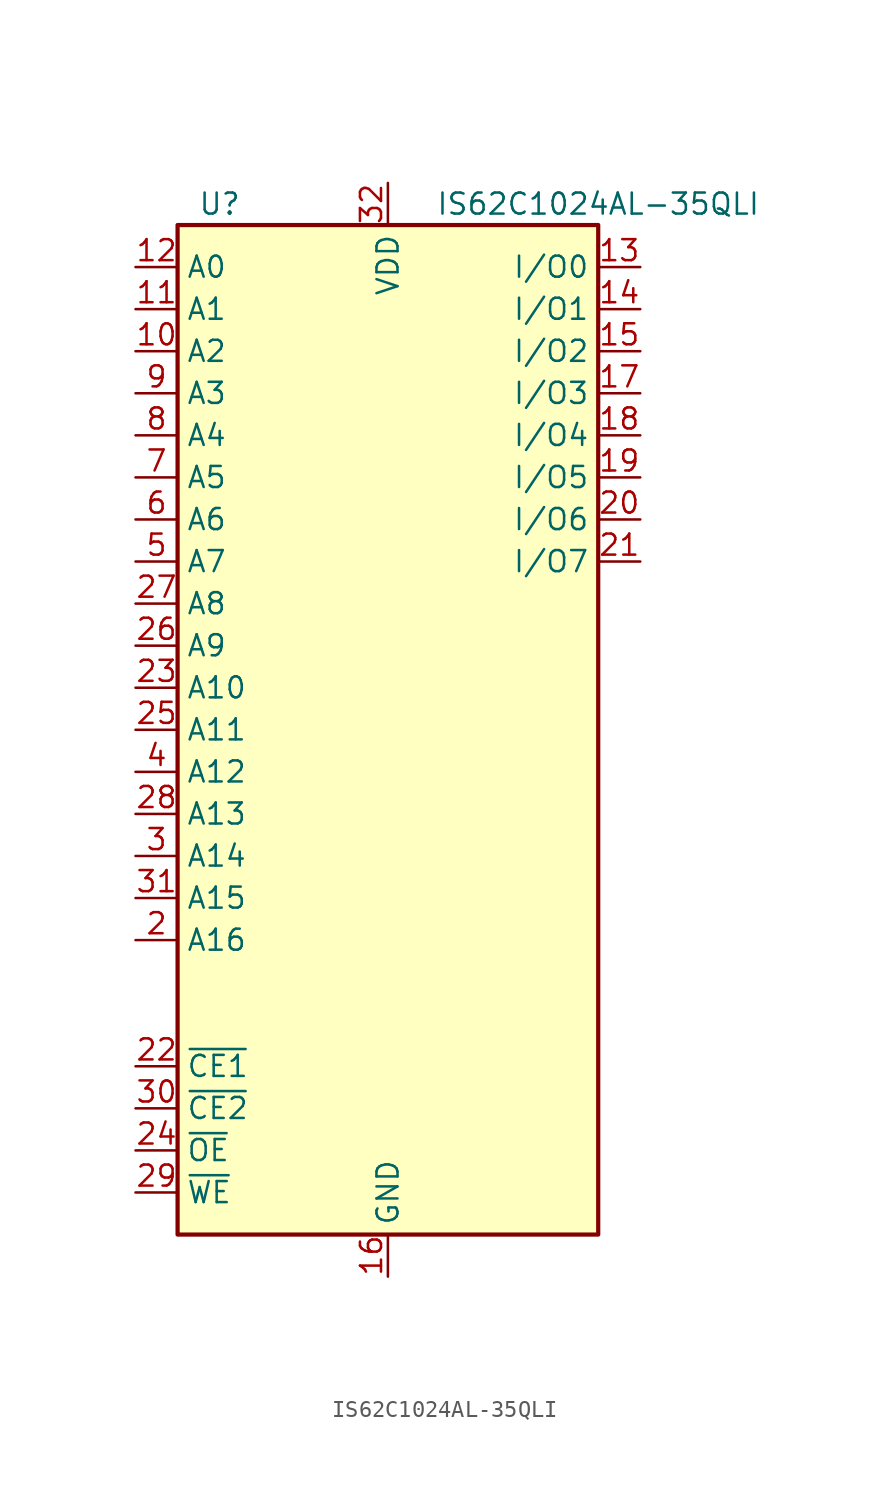
<source format=kicad_sym>
(kicad_symbol_lib
  (version 20211014)
  (generator kicad_symbol_editor)
  (symbol "IS62C1024AL-35QLI"
    (property "Reference" "U"
      (at -10.16 31.75 0)
      (effects (font (size 1.27 1.27))))
    (property "Value" "IS62C1024AL-35QLI"
      (at 12.7 31.75 0)
      (effects (font (size 1.27 1.27))))
    (symbol "IS62C1024AL-35QLI_0_1"
      (rectangle (start -12.7 30.48) (end 12.7 -30.48) (stroke (width 0.254) (type default) (color 0 0 0 0)) (fill (type background))))
    (symbol "IS62C1024AL-35QLI_1_1"
      (pin no_connect line (at -15.24 -17.78 0) (length 2.54) hide (name "NC" (effects (font (size 1.27 1.27)))) (number "1" (effects (font (size 1.27 1.27)))))
      (pin input line (at -15.24 22.86 0) (length 2.54) (name "A2" (effects (font (size 1.27 1.27)))) (number "10" (effects (font (size 1.27 1.27)))))
      (pin input line (at -15.24 25.4 0) (length 2.54) (name "A1" (effects (font (size 1.27 1.27)))) (number "11" (effects (font (size 1.27 1.27)))))
      (pin input line (at -15.24 27.94 0) (length 2.54) (name "A0" (effects (font (size 1.27 1.27)))) (number "12" (effects (font (size 1.27 1.27)))))
      (pin bidirectional line (at 15.24 27.94 180) (length 2.54) (name "I/O0" (effects (font (size 1.27 1.27)))) (number "13" (effects (font (size 1.27 1.27)))))
      (pin bidirectional line (at 15.24 25.4 180) (length 2.54) (name "I/O1" (effects (font (size 1.27 1.27)))) (number "14" (effects (font (size 1.27 1.27)))))
      (pin bidirectional line (at 15.24 22.86 180) (length 2.54) (name "I/O2" (effects (font (size 1.27 1.27)))) (number "15" (effects (font (size 1.27 1.27)))))
      (pin power_in line (at 0 -33.02 90) (length 2.54) (name "GND" (effects (font (size 1.27 1.27)))) (number "16" (effects (font (size 1.27 1.27)))))
      (pin bidirectional line (at 15.24 20.32 180) (length 2.54) (name "I/O3" (effects (font (size 1.27 1.27)))) (number "17" (effects (font (size 1.27 1.27)))))
      (pin bidirectional line (at 15.24 17.78 180) (length 2.54) (name "I/O4" (effects (font (size 1.27 1.27)))) (number "18" (effects (font (size 1.27 1.27)))))
      (pin bidirectional line (at 15.24 15.24 180) (length 2.54) (name "I/O5" (effects (font (size 1.27 1.27)))) (number "19" (effects (font (size 1.27 1.27)))))
      (pin input line (at -15.24 -12.7 0) (length 2.54) (name "A16" (effects (font (size 1.27 1.27)))) (number "2" (effects (font (size 1.27 1.27)))))
      (pin bidirectional line (at 15.24 12.7 180) (length 2.54) (name "I/O6" (effects (font (size 1.27 1.27)))) (number "20" (effects (font (size 1.27 1.27)))))
      (pin bidirectional line (at 15.24 10.16 180) (length 2.54) (name "I/O7" (effects (font (size 1.27 1.27)))) (number "21" (effects (font (size 1.27 1.27)))))
      (pin input line (at -15.24 -20.32 0) (length 2.54) (name "~{CE1}" (effects (font (size 1.27 1.27)))) (number "22" (effects (font (size 1.27 1.27)))))
      (pin input line (at -15.24 2.54 0) (length 2.54) (name "A10" (effects (font (size 1.27 1.27)))) (number "23" (effects (font (size 1.27 1.27)))))
      (pin input line (at -15.24 -25.4 0) (length 2.54) (name "~{OE}" (effects (font (size 1.27 1.27)))) (number "24" (effects (font (size 1.27 1.27)))))
      (pin input line (at -15.24 0 0) (length 2.54) (name "A11" (effects (font (size 1.27 1.27)))) (number "25" (effects (font (size 1.27 1.27)))))
      (pin input line (at -15.24 5.08 0) (length 2.54) (name "A9" (effects (font (size 1.27 1.27)))) (number "26" (effects (font (size 1.27 1.27)))))
      (pin input line (at -15.24 7.62 0) (length 2.54) (name "A8" (effects (font (size 1.27 1.27)))) (number "27" (effects (font (size 1.27 1.27)))))
      (pin input line (at -15.24 -5.08 0) (length 2.54) (name "A13" (effects (font (size 1.27 1.27)))) (number "28" (effects (font (size 1.27 1.27)))))
      (pin input line (at -15.24 -27.94 0) (length 2.54) (name "~{WE}" (effects (font (size 1.27 1.27)))) (number "29" (effects (font (size 1.27 1.27)))))
      (pin input line (at -15.24 -7.62 0) (length 2.54) (name "A14" (effects (font (size 1.27 1.27)))) (number "3" (effects (font (size 1.27 1.27)))))
      (pin input line (at -15.24 -22.86 0) (length 2.54) (name "~{CE2}" (effects (font (size 1.27 1.27)))) (number "30" (effects (font (size 1.27 1.27)))))
      (pin input line (at -15.24 -10.16 0) (length 2.54) (name "A15" (effects (font (size 1.27 1.27)))) (number "31" (effects (font (size 1.27 1.27)))))
      (pin power_in line (at 0 33.02 270) (length 2.54) (name "VDD" (effects (font (size 1.27 1.27)))) (number "32" (effects (font (size 1.27 1.27)))))
      (pin input line (at -15.24 -2.54 0) (length 2.54) (name "A12" (effects (font (size 1.27 1.27)))) (number "4" (effects (font (size 1.27 1.27)))))
      (pin input line (at -15.24 10.16 0) (length 2.54) (name "A7" (effects (font (size 1.27 1.27)))) (number "5" (effects (font (size 1.27 1.27)))))
      (pin input line (at -15.24 12.7 0) (length 2.54) (name "A6" (effects (font (size 1.27 1.27)))) (number "6" (effects (font (size 1.27 1.27)))))
      (pin input line (at -15.24 15.24 0) (length 2.54) (name "A5" (effects (font (size 1.27 1.27)))) (number "7" (effects (font (size 1.27 1.27)))))
      (pin input line (at -15.24 17.78 0) (length 2.54) (name "A4" (effects (font (size 1.27 1.27)))) (number "8" (effects (font (size 1.27 1.27)))))
      (pin input line (at -15.24 20.32 0) (length 2.54) (name "A3" (effects (font (size 1.27 1.27)))) (number "9" (effects (font (size 1.27 1.27))))))))
</source>
